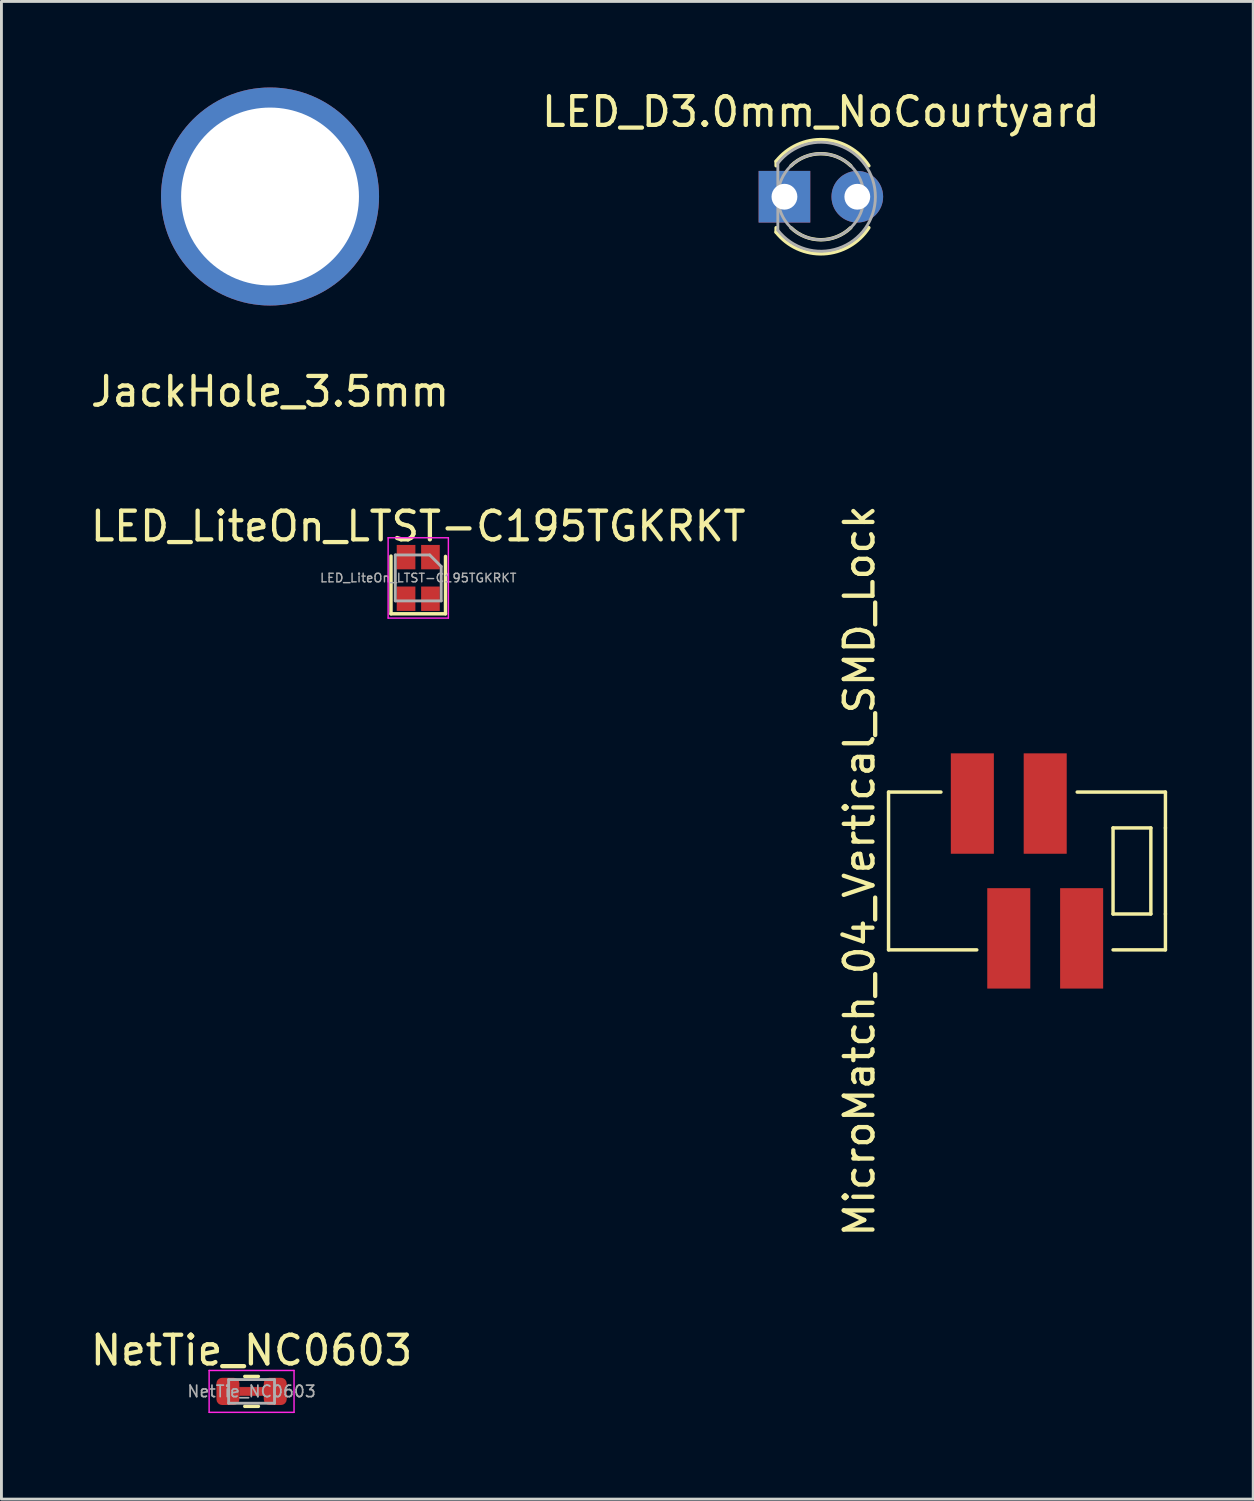
<source format=kicad_pcb>
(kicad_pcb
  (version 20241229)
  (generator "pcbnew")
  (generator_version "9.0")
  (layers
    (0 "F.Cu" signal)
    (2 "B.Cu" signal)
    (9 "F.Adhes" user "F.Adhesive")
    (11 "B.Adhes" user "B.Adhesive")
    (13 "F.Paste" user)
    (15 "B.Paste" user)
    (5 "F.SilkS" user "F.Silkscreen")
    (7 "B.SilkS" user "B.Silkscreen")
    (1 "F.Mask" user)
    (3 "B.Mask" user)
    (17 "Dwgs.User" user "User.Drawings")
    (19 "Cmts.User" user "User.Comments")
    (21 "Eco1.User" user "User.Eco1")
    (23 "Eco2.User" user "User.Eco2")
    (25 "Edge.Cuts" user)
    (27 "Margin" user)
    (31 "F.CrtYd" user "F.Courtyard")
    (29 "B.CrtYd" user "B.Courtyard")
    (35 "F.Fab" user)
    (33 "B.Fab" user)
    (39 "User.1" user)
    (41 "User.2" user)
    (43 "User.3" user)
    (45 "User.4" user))
  (footprint "LED_D3.0mm_NoCourtyard"
    (layer "F.Cu")
    (at 24.295 3.808)
    (property "Reference" "LED_D3.0mm_NoCourtyard" (at 1.27 -2.96 0) (layer "F.SilkS") (effects (font (size 1 1) (thickness 0.15))))
    (attr through_hole)
    (fp_line (start -0.29 -1.236) (end -0.29 -1.08) (stroke (width 0.12) (type solid)) (layer "F.SilkS"))
    (fp_line (start -0.29 1.08) (end -0.29 1.236) (stroke (width 0.12) (type solid)) (layer "F.SilkS"))
    (fp_arc (start -0.29 -1.235516) (mid 1.366487 -1.987659) (end 2.942335 -1.078608) (stroke (width 0.12) (type solid)) (layer "F.SilkS"))
    (fp_arc (start 0.229039 -1.08) (mid 1.270117 -1.5) (end 2.31113 -1.079837) (stroke (width 0.12) (type solid)) (layer "F.SilkS"))
    (fp_arc (start 2.31113 1.079837) (mid 1.270117 1.5) (end 0.229039 1.08) (stroke (width 0.12) (type solid)) (layer "F.SilkS"))
    (fp_arc (start 2.942335 1.078608) (mid 1.366487 1.987659) (end -0.29 1.235516) (stroke (width 0.12) (type solid)) (layer "F.SilkS"))
    (fp_line (start -0.23 -1.166) (end -0.23 1.166) (stroke (width 0.1) (type solid)) (layer "F.Fab"))
    (fp_arc (start -0.23 -1.16619) (mid 3.17 0.000452) (end -0.230555 1.165476) (stroke (width 0.1) (type solid)) (layer "F.Fab"))
    (fp_circle (center 1.27 0) (end 2.77 0) (stroke (width 0.1) (type solid)) (fill no) (layer "F.Fab"))
    (pad "1" thru_hole rect (at 0 0) (size 1.8 1.8) (drill 0.9) (layers "*.Cu" "*.Mask"))
    (pad "2" thru_hole circle (at 2.54 0) (size 1.8 1.8) (drill 0.9) (layers "*.Cu" "*.Mask")))
  (footprint "MicroMatch_04_Vertical_SMD_Lock"
    (layer "F.Cu")
    (at 32.75 27.311)
    (property "Reference" "MicroMatch_04_Vertical_SMD_Lock" (at -5.842 0 90) (layer "F.SilkS") (effects (font (size 1 1) (thickness 0.15))))
    (attr through_hole)
    (fp_line (start -4.826 -2.75) (end -4.826 2.75) (stroke (width 0.12) (type solid)) (layer "F.SilkS"))
    (fp_line (start -4.826 2.75) (end -1.75 2.75) (stroke (width 0.12) (type solid)) (layer "F.SilkS"))
    (fp_line (start -3 -2.75) (end -4.826 -2.75) (stroke (width 0.12) (type solid)) (layer "F.SilkS"))
    (fp_line (start 1.75 -2.75) (end 4.826 -2.75) (stroke (width 0.12) (type solid)) (layer "F.SilkS"))
    (fp_line (start 3 -1.5) (end 3 1.5) (stroke (width 0.12) (type solid)) (layer "F.SilkS"))
    (fp_line (start 3 1.5) (end 4.318 1.5) (stroke (width 0.12) (type solid)) (layer "F.SilkS"))
    (fp_line (start 4.318 -1.5) (end 3 -1.5) (stroke (width 0.12) (type solid)) (layer "F.SilkS"))
    (fp_line (start 4.318 -1.5) (end 4.318 1.5) (stroke (width 0.12) (type solid)) (layer "F.SilkS"))
    (fp_line (start 4.826 -2.75) (end 4.826 -1.5) (stroke (width 0.12) (type solid)) (layer "F.SilkS"))
    (fp_line (start 4.826 1.5) (end 4.826 -1.5) (stroke (width 0.12) (type solid)) (layer "F.SilkS"))
    (fp_line (start 4.826 1.5) (end 4.826 2.75) (stroke (width 0.12) (type solid)) (layer "F.SilkS"))
    (fp_line (start 4.826 2.75) (end 3 2.75) (stroke (width 0.12) (type solid)) (layer "F.SilkS"))
    (pad "1" smd rect (at 1.905 2.35) (size 1.5 3.5) (layers "F.Cu" "F.Mask" "F.Paste"))
    (pad "2" smd rect (at 0.635 -2.35) (size 1.5 3.5) (layers "F.Cu" "F.Mask" "F.Paste"))
    (pad "3" smd rect (at -0.635 2.35) (size 1.5 3.5) (layers "F.Cu" "F.Mask" "F.Paste"))
    (pad "4" smd rect (at -1.905 -2.35) (size 1.5 3.5) (layers "F.Cu" "F.Mask" "F.Paste")))
  (footprint "JackHole_3.5mm"
    (layer "F.Cu")
    (at 6.363 3.8)
    (property "Reference" "JackHole_3.5mm" (at 0 6.8 0) (unlocked yes) (layer "F.SilkS") (effects (font (size 1 1) (thickness 0.15))))
    (attr through_hole)
    (pad "1" thru_hole circle (at 0 0) (size 7.6 7.6) (drill 6.2) (layers "*.Cu" "*.Mask")))
  (footprint "LED_LiteOn_LTST-C195TGKRKT"
    (layer "F.Cu")
    (at 11.53 17.096)
    (property "Reference" "LED_LiteOn_LTST-C195TGKRKT" (at 0 -1.8 0) (layer "F.SilkS") (effects (font (size 1 1) (thickness 0.15))))
    (attr smd)
    (fp_line (start -0.95 -0.762) (end -0.95 1.25) (stroke (width 0.12) (type solid)) (layer "F.SilkS"))
    (fp_line (start -0.95 1.25) (end 0.95 1.25) (stroke (width 0.12) (type solid)) (layer "F.SilkS"))
    (fp_line (start 0.95 -0.75) (end 0.95 1.25) (stroke (width 0.12) (type solid)) (layer "F.SilkS"))
    (fp_line (start -1.05 -1.4) (end 1.05 -1.4) (stroke (width 0.05) (type solid)) (layer "F.CrtYd"))
    (fp_line (start -1.05 1.4) (end -1.05 -1.4) (stroke (width 0.05) (type solid)) (layer "F.CrtYd"))
    (fp_line (start 1.05 -1.4) (end 1.05 1.4) (stroke (width 0.05) (type solid)) (layer "F.CrtYd"))
    (fp_line (start 1.05 1.4) (end -1.05 1.4) (stroke (width 0.05) (type solid)) (layer "F.CrtYd"))
    (fp_line (start -0.8 -0.8) (end -0.8 0.8) (stroke (width 0.1) (type solid)) (layer "F.Fab"))
    (fp_line (start -0.8 0.8) (end 0.8 0.8) (stroke (width 0.1) (type solid)) (layer "F.Fab"))
    (fp_line (start 0.4 -0.8) (end -0.8 -0.8) (stroke (width 0.1) (type solid)) (layer "F.Fab"))
    (fp_line (start 0.8 -0.4) (end 0.4 -0.8) (stroke (width 0.1) (type solid)) (layer "F.Fab"))
    (fp_line (start 0.8 0.8) (end 0.8 -0.4) (stroke (width 0.1) (type solid)) (layer "F.Fab"))
    (fp_text user "${REFERENCE}" (at 0 0 0) (layer "F.Fab") (effects (font (size 0.3 0.3) (thickness 0.05))))
    (pad "1" smd rect (at 0.425 -0.725) (size 0.65 0.85) (layers "F.Cu" "F.Mask" "F.Paste"))
    (pad "2" smd rect (at -0.425 -0.725) (size 0.65 0.85) (layers "F.Cu" "F.Mask" "F.Paste"))
    (pad "3" smd rect (at 0.425 0.725) (size 0.65 0.85) (layers "F.Cu" "F.Mask" "F.Paste"))
    (pad "4" smd rect (at -0.425 0.725) (size 0.65 0.85) (layers "F.Cu" "F.Mask" "F.Paste")))
  (footprint "NetTie_NC0603"
    (layer "F.Cu")
    (at 5.72 45.453)
    (property "Reference" "NetTie_NC0603" (at 0 -1.43 0) (layer "F.SilkS") (effects (font (size 1 1) (thickness 0.15))))
    (attr smd)
    (fp_rect (start -0.425 -0.15) (end 0.425 0.15) (stroke (width 0.01) (type solid)) (fill yes) (layer "F.Cu"))
    (fp_line (start -0.237 -0.522) (end 0.237 -0.522) (stroke (width 0.12) (type solid)) (layer "F.SilkS"))
    (fp_line (start -0.237 0.522) (end 0.237 0.522) (stroke (width 0.12) (type solid)) (layer "F.SilkS"))
    (fp_line (start -1.48 -0.73) (end 1.48 -0.73) (stroke (width 0.05) (type solid)) (layer "F.CrtYd"))
    (fp_line (start -1.48 0.73) (end -1.48 -0.73) (stroke (width 0.05) (type solid)) (layer "F.CrtYd"))
    (fp_line (start 1.48 -0.73) (end 1.48 0.73) (stroke (width 0.05) (type solid)) (layer "F.CrtYd"))
    (fp_line (start 1.48 0.73) (end -1.48 0.73) (stroke (width 0.05) (type solid)) (layer "F.CrtYd"))
    (fp_line (start -0.8 -0.412) (end 0.8 -0.412) (stroke (width 0.1) (type solid)) (layer "F.Fab"))
    (fp_line (start -0.8 0.412) (end -0.8 -0.412) (stroke (width 0.1) (type solid)) (layer "F.Fab"))
    (fp_line (start 0.8 -0.412) (end 0.8 0.412) (stroke (width 0.1) (type solid)) (layer "F.Fab"))
    (fp_line (start 0.8 0.412) (end -0.8 0.412) (stroke (width 0.1) (type solid)) (layer "F.Fab"))
    (fp_text user "${REFERENCE}" (at 0 0 0) (layer "F.Fab") (effects (font (size 0.4 0.4) (thickness 0.06))))
    (pad "1" smd roundrect (at -0.825 0) (size 0.8 0.95) (layers "F.Cu" "F.Mask" "F.Paste") (roundrect_rratio 0.25))
    (pad "2" smd roundrect (at 0.825 0) (size 0.8 0.95) (layers "F.Cu" "F.Mask" "F.Paste") (roundrect_rratio 0.25)))
  (gr_rect
    (start -3 -3)
    (end 40.636 49.208)
    (stroke (width 0.1) (type default))
    (fill no)
    (layer "Edge.Cuts")))
</source>
